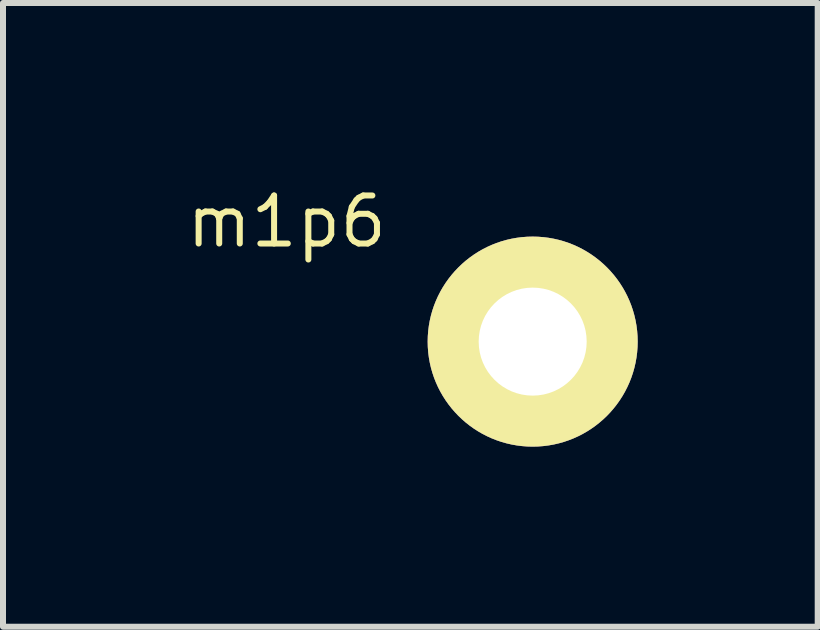
<source format=kicad_pcb>
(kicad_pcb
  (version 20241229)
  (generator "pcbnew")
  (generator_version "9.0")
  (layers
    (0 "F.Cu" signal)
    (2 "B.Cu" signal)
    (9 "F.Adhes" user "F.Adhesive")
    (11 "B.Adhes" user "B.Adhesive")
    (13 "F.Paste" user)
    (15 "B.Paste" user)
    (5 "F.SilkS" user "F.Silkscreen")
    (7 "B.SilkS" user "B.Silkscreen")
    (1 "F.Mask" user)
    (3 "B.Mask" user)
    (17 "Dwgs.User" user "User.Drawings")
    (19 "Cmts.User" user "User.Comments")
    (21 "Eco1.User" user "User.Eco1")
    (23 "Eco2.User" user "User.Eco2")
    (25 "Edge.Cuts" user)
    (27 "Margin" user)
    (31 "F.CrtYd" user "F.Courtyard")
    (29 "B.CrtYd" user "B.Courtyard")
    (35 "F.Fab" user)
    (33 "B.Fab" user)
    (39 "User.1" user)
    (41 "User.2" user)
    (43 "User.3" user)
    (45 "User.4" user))
  (footprint "m1p6"
    (layer "F.Cu")
    (at 5.827 2.643)
    (property "Reference" "m1p6" (at -4.1 -2 0) (layer "F.SilkS") (effects (font (size 0.8 0.8) (thickness 0.1))))
    (attr through_hole)
    (pad "" np_thru_hole circle (at 0 0) (size 3.5 3.5) (drill 1.8) (layers "*.Cu" "*.Mask" "F.SilkS")))
  (gr_rect
    (start -3 -3)
    (end 10.577 7.394)
    (stroke (width 0.1) (type default))
    (fill no)
    (layer "Edge.Cuts")))
</source>
